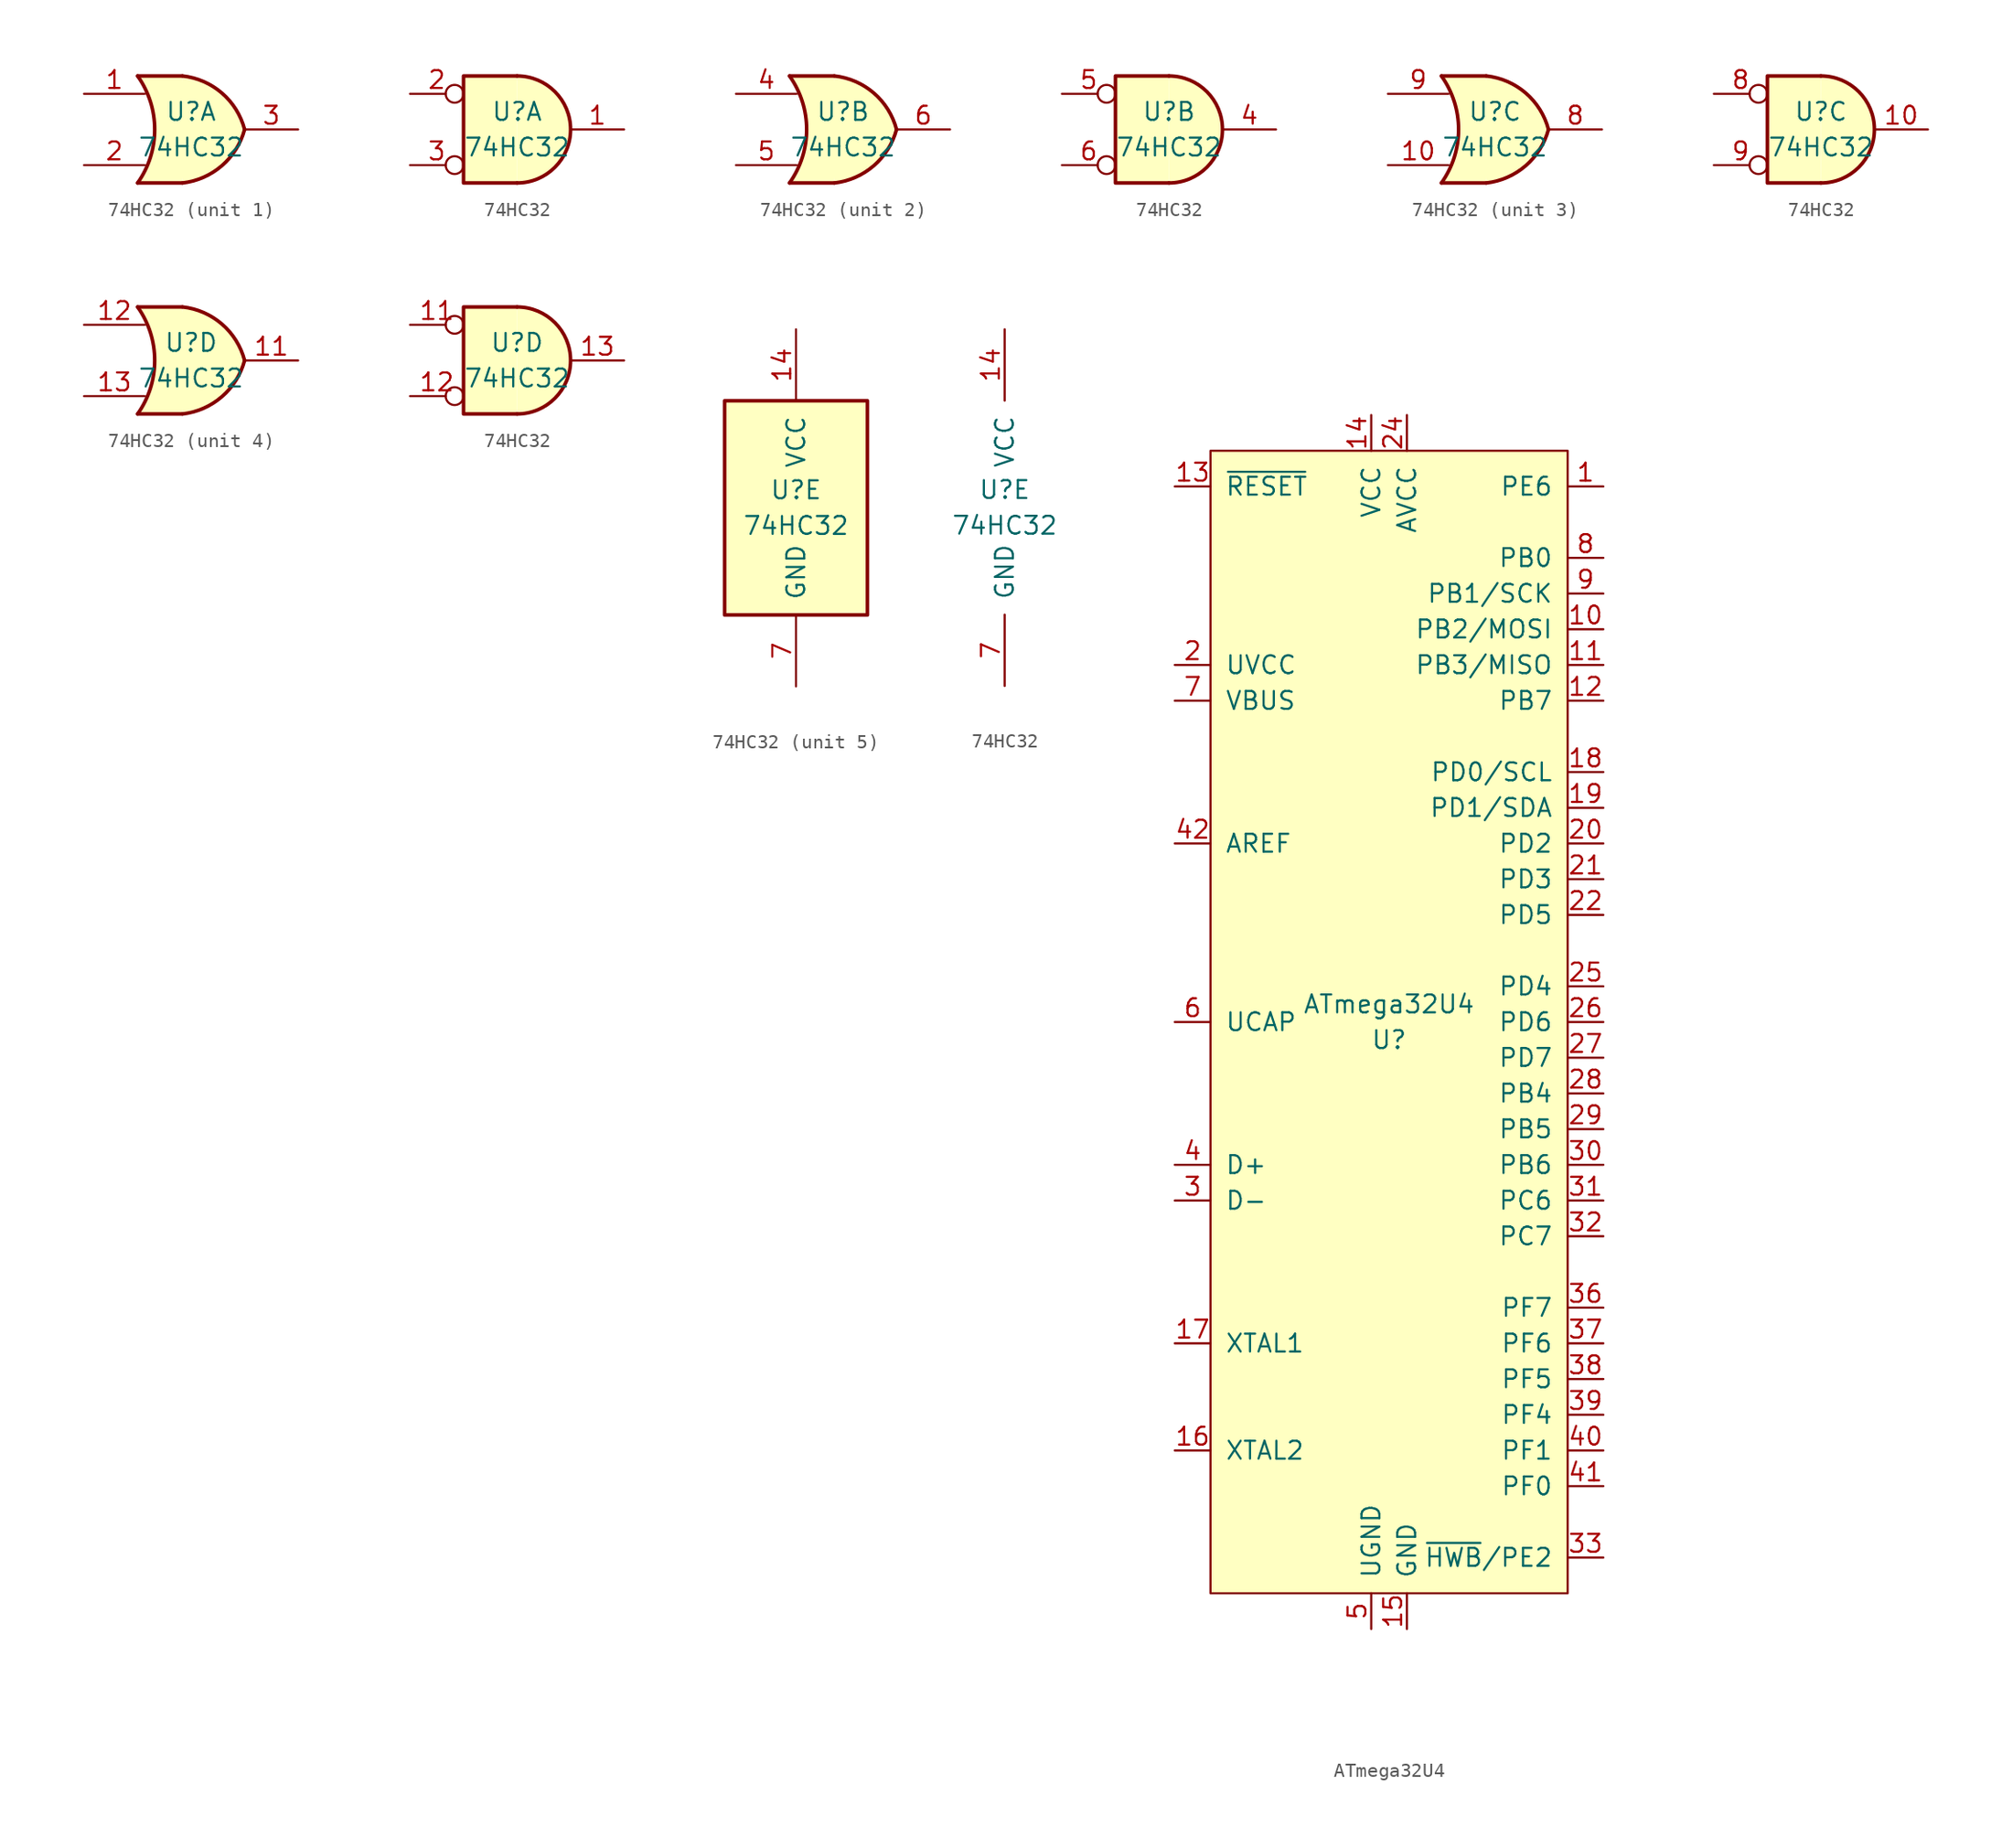
<source format=kicad_sym>
(kicad_symbol_lib
  (version 20231120)
  (generator "kicad_symbol_editor")
  (generator_version "8.0")
  (symbol "74HC32"
    (pin_names
      (offset 1.016))
    (property "Reference" "U"
      (at 0 1.27 0)
      (effects (font (size 1.27 1.27))))
    (property "Value" "74HC32"
      (at 0 -1.27 0)
      (effects (font (size 1.27 1.27))))
    (property "ki_locked" ""
      (at 0 0 0)
      (effects (font (size 1.27 1.27))))
    (symbol "74HC32_1_1"
      (arc (start -3.81 -3.81) (mid -2.589 0) (end -3.81 3.81) (stroke (width 0.254) (type solid)) (fill (type none)))
      (arc (start -0.6096 -3.81) (mid 2.1842 -2.5851) (end 3.81 0) (stroke (width 0.254) (type solid)) (fill (type background)))
      (polyline (pts (xy -3.81 -3.81) (xy -0.635 -3.81)) (stroke (width 0.254) (type solid)) (fill (type background)))
      (polyline (pts (xy -3.81 3.81) (xy -0.635 3.81)) (stroke (width 0.254) (type solid)) (fill (type background)))
      (polyline (pts (xy -0.635 3.81) (xy -3.81 3.81) (xy -3.81 3.81) (xy -3.556 3.404) (xy -3.023 2.261) (xy -2.692 1.041) (xy -2.616 -0.254) (xy -2.769 -1.499) (xy -3.175 -2.718) (xy -3.81 -3.81) (xy -3.81 -3.81) (xy -0.635 -3.81)) (stroke (width -25.4) (type solid)) (fill (type background)))
      (arc (start 3.81 0) (mid 2.1915 2.5936) (end -0.6096 3.81) (stroke (width 0.254) (type solid)) (fill (type background)))
      (pin input line (at -7.62 2.54 0) (length 4.318) (name "~" (effects (font (size 1.27 1.27)))) (number "1" (effects (font (size 1.27 1.27)))))
      (pin input line (at -7.62 -2.54 0) (length 4.318) (name "~" (effects (font (size 1.27 1.27)))) (number "2" (effects (font (size 1.27 1.27)))))
      (pin output line (at 7.62 0 180) (length 3.81) (name "~" (effects (font (size 1.27 1.27)))) (number "3" (effects (font (size 1.27 1.27))))))
    (symbol "74HC32_1_2"
      (arc (start 0 -3.81) (mid 3.81 0) (end 0 3.81) (stroke (width 0.254) (type solid)) (fill (type background)))
      (polyline (pts (xy 0 3.81) (xy -3.81 3.81) (xy -3.81 -3.81) (xy 0 -3.81)) (stroke (width 0.254) (type solid)) (fill (type background)))
      (pin output line (at 7.62 0 180) (length 3.81) (name "~" (effects (font (size 1.27 1.27)))) (number "1" (effects (font (size 1.27 1.27)))))
      (pin input inverted (at -7.62 2.54 0) (length 3.81) (name "~" (effects (font (size 1.27 1.27)))) (number "2" (effects (font (size 1.27 1.27)))))
      (pin input inverted (at -7.62 -2.54 0) (length 3.81) (name "~" (effects (font (size 1.27 1.27)))) (number "3" (effects (font (size 1.27 1.27))))))
    (symbol "74HC32_2_1"
      (arc (start -3.81 -3.81) (mid -2.589 0) (end -3.81 3.81) (stroke (width 0.254) (type solid)) (fill (type none)))
      (arc (start -0.6096 -3.81) (mid 2.1842 -2.5851) (end 3.81 0) (stroke (width 0.254) (type solid)) (fill (type background)))
      (polyline (pts (xy -3.81 -3.81) (xy -0.635 -3.81)) (stroke (width 0.254) (type solid)) (fill (type background)))
      (polyline (pts (xy -3.81 3.81) (xy -0.635 3.81)) (stroke (width 0.254) (type solid)) (fill (type background)))
      (polyline (pts (xy -0.635 3.81) (xy -3.81 3.81) (xy -3.81 3.81) (xy -3.556 3.404) (xy -3.023 2.261) (xy -2.692 1.041) (xy -2.616 -0.254) (xy -2.769 -1.499) (xy -3.175 -2.718) (xy -3.81 -3.81) (xy -3.81 -3.81) (xy -0.635 -3.81)) (stroke (width -25.4) (type solid)) (fill (type background)))
      (arc (start 3.81 0) (mid 2.1915 2.5936) (end -0.6096 3.81) (stroke (width 0.254) (type solid)) (fill (type background)))
      (pin input line (at -7.62 2.54 0) (length 4.318) (name "~" (effects (font (size 1.27 1.27)))) (number "4" (effects (font (size 1.27 1.27)))))
      (pin input line (at -7.62 -2.54 0) (length 4.318) (name "~" (effects (font (size 1.27 1.27)))) (number "5" (effects (font (size 1.27 1.27)))))
      (pin output line (at 7.62 0 180) (length 3.81) (name "~" (effects (font (size 1.27 1.27)))) (number "6" (effects (font (size 1.27 1.27))))))
    (symbol "74HC32_2_2"
      (arc (start 0 -3.81) (mid 3.81 0) (end 0 3.81) (stroke (width 0.254) (type solid)) (fill (type background)))
      (polyline (pts (xy 0 3.81) (xy -3.81 3.81) (xy -3.81 -3.81) (xy 0 -3.81)) (stroke (width 0.254) (type solid)) (fill (type background)))
      (pin output line (at 7.62 0 180) (length 3.81) (name "~" (effects (font (size 1.27 1.27)))) (number "4" (effects (font (size 1.27 1.27)))))
      (pin input inverted (at -7.62 2.54 0) (length 3.81) (name "~" (effects (font (size 1.27 1.27)))) (number "5" (effects (font (size 1.27 1.27)))))
      (pin input inverted (at -7.62 -2.54 0) (length 3.81) (name "~" (effects (font (size 1.27 1.27)))) (number "6" (effects (font (size 1.27 1.27))))))
    (symbol "74HC32_3_1"
      (arc (start -3.81 -3.81) (mid -2.589 0) (end -3.81 3.81) (stroke (width 0.254) (type solid)) (fill (type none)))
      (arc (start -0.6096 -3.81) (mid 2.1842 -2.5851) (end 3.81 0) (stroke (width 0.254) (type solid)) (fill (type background)))
      (polyline (pts (xy -3.81 -3.81) (xy -0.635 -3.81)) (stroke (width 0.254) (type solid)) (fill (type background)))
      (polyline (pts (xy -3.81 3.81) (xy -0.635 3.81)) (stroke (width 0.254) (type solid)) (fill (type background)))
      (polyline (pts (xy -0.635 3.81) (xy -3.81 3.81) (xy -3.81 3.81) (xy -3.556 3.404) (xy -3.023 2.261) (xy -2.692 1.041) (xy -2.616 -0.254) (xy -2.769 -1.499) (xy -3.175 -2.718) (xy -3.81 -3.81) (xy -3.81 -3.81) (xy -0.635 -3.81)) (stroke (width -25.4) (type solid)) (fill (type background)))
      (arc (start 3.81 0) (mid 2.1915 2.5936) (end -0.6096 3.81) (stroke (width 0.254) (type solid)) (fill (type background)))
      (pin input line (at -7.62 -2.54 0) (length 4.318) (name "~" (effects (font (size 1.27 1.27)))) (number "10" (effects (font (size 1.27 1.27)))))
      (pin output line (at 7.62 0 180) (length 3.81) (name "~" (effects (font (size 1.27 1.27)))) (number "8" (effects (font (size 1.27 1.27)))))
      (pin input line (at -7.62 2.54 0) (length 4.318) (name "~" (effects (font (size 1.27 1.27)))) (number "9" (effects (font (size 1.27 1.27))))))
    (symbol "74HC32_3_2"
      (arc (start 0 -3.81) (mid 3.81 0) (end 0 3.81) (stroke (width 0.254) (type solid)) (fill (type background)))
      (polyline (pts (xy 0 3.81) (xy -3.81 3.81) (xy -3.81 -3.81) (xy 0 -3.81)) (stroke (width 0.254) (type solid)) (fill (type background)))
      (pin output line (at 7.62 0 180) (length 3.81) (name "~" (effects (font (size 1.27 1.27)))) (number "10" (effects (font (size 1.27 1.27)))))
      (pin input inverted (at -7.62 2.54 0) (length 3.81) (name "~" (effects (font (size 1.27 1.27)))) (number "8" (effects (font (size 1.27 1.27)))))
      (pin input inverted (at -7.62 -2.54 0) (length 3.81) (name "~" (effects (font (size 1.27 1.27)))) (number "9" (effects (font (size 1.27 1.27))))))
    (symbol "74HC32_4_1"
      (arc (start -3.81 -3.81) (mid -2.589 0) (end -3.81 3.81) (stroke (width 0.254) (type solid)) (fill (type none)))
      (arc (start -0.6096 -3.81) (mid 2.1842 -2.5851) (end 3.81 0) (stroke (width 0.254) (type solid)) (fill (type background)))
      (polyline (pts (xy -3.81 -3.81) (xy -0.635 -3.81)) (stroke (width 0.254) (type solid)) (fill (type background)))
      (polyline (pts (xy -3.81 3.81) (xy -0.635 3.81)) (stroke (width 0.254) (type solid)) (fill (type background)))
      (polyline (pts (xy -0.635 3.81) (xy -3.81 3.81) (xy -3.81 3.81) (xy -3.556 3.404) (xy -3.023 2.261) (xy -2.692 1.041) (xy -2.616 -0.254) (xy -2.769 -1.499) (xy -3.175 -2.718) (xy -3.81 -3.81) (xy -3.81 -3.81) (xy -0.635 -3.81)) (stroke (width -25.4) (type solid)) (fill (type background)))
      (arc (start 3.81 0) (mid 2.1915 2.5936) (end -0.6096 3.81) (stroke (width 0.254) (type solid)) (fill (type background)))
      (pin output line (at 7.62 0 180) (length 3.81) (name "~" (effects (font (size 1.27 1.27)))) (number "11" (effects (font (size 1.27 1.27)))))
      (pin input line (at -7.62 2.54 0) (length 4.318) (name "~" (effects (font (size 1.27 1.27)))) (number "12" (effects (font (size 1.27 1.27)))))
      (pin input line (at -7.62 -2.54 0) (length 4.318) (name "~" (effects (font (size 1.27 1.27)))) (number "13" (effects (font (size 1.27 1.27))))))
    (symbol "74HC32_4_2"
      (arc (start 0 -3.81) (mid 3.81 0) (end 0 3.81) (stroke (width 0.254) (type solid)) (fill (type background)))
      (polyline (pts (xy 0 3.81) (xy -3.81 3.81) (xy -3.81 -3.81) (xy 0 -3.81)) (stroke (width 0.254) (type solid)) (fill (type background)))
      (pin input inverted (at -7.62 2.54 0) (length 3.81) (name "~" (effects (font (size 1.27 1.27)))) (number "11" (effects (font (size 1.27 1.27)))))
      (pin input inverted (at -7.62 -2.54 0) (length 3.81) (name "~" (effects (font (size 1.27 1.27)))) (number "12" (effects (font (size 1.27 1.27)))))
      (pin output line (at 7.62 0 180) (length 3.81) (name "~" (effects (font (size 1.27 1.27)))) (number "13" (effects (font (size 1.27 1.27))))))
    (symbol "74HC32_5_0"
      (pin power_in line (at 0 12.7 270) (length 5.08) (name "VCC" (effects (font (size 1.27 1.27)))) (number "14" (effects (font (size 1.27 1.27)))))
      (pin power_in line (at 0 -12.7 90) (length 5.08) (name "GND" (effects (font (size 1.27 1.27)))) (number "7" (effects (font (size 1.27 1.27))))))
    (symbol "74HC32_5_1"
      (rectangle (start -5.08 7.62) (end 5.08 -7.62) (stroke (width 0.254) (type solid)) (fill (type background)))))
  (symbol "ATmega32U4"
    (pin_names
      (offset 1.016))
    (property "Reference" "U"
      (at 0 -1.27 0)
      (effects (font (size 1.27 1.27))))
    (property "Value" "ATmega32U4"
      (at 0 1.27 0)
      (effects (font (size 1.27 1.27))))
    (symbol "ATmega32U4_0_1"
      (rectangle (start -12.7 40.64) (end 12.7 -40.64) (stroke (width 0) (type solid)) (fill (type background))))
    (symbol "ATmega32U4_1_1"
      (pin bidirectional line (at 15.24 38.1 180) (length 2.54) (name "PE6" (effects (font (size 1.27 1.27)))) (number "1" (effects (font (size 1.27 1.27)))))
      (pin bidirectional line (at 15.24 27.94 180) (length 2.54) (name "PB2/MOSI" (effects (font (size 1.27 1.27)))) (number "10" (effects (font (size 1.27 1.27)))))
      (pin bidirectional line (at 15.24 25.4 180) (length 2.54) (name "PB3/MISO" (effects (font (size 1.27 1.27)))) (number "11" (effects (font (size 1.27 1.27)))))
      (pin bidirectional line (at 15.24 22.86 180) (length 2.54) (name "PB7" (effects (font (size 1.27 1.27)))) (number "12" (effects (font (size 1.27 1.27)))))
      (pin input line (at -15.24 38.1 0) (length 2.54) (name "~{RESET}" (effects (font (size 1.27 1.27)))) (number "13" (effects (font (size 1.27 1.27)))))
      (pin power_in line (at -1.27 43.18 270) (length 2.54) (name "VCC" (effects (font (size 1.27 1.27)))) (number "14" (effects (font (size 1.27 1.27)))))
      (pin power_in line (at 1.27 -43.18 90) (length 2.54) (name "GND" (effects (font (size 1.27 1.27)))) (number "15" (effects (font (size 1.27 1.27)))))
      (pin output line (at -15.24 -30.48 0) (length 2.54) (name "XTAL2" (effects (font (size 1.27 1.27)))) (number "16" (effects (font (size 1.27 1.27)))))
      (pin input line (at -15.24 -22.86 0) (length 2.54) (name "XTAL1" (effects (font (size 1.27 1.27)))) (number "17" (effects (font (size 1.27 1.27)))))
      (pin bidirectional line (at 15.24 17.78 180) (length 2.54) (name "PD0/SCL" (effects (font (size 1.27 1.27)))) (number "18" (effects (font (size 1.27 1.27)))))
      (pin bidirectional line (at 15.24 15.24 180) (length 2.54) (name "PD1/SDA" (effects (font (size 1.27 1.27)))) (number "19" (effects (font (size 1.27 1.27)))))
      (pin power_in line (at -15.24 25.4 0) (length 2.54) (name "UVCC" (effects (font (size 1.27 1.27)))) (number "2" (effects (font (size 1.27 1.27)))))
      (pin bidirectional line (at 15.24 12.7 180) (length 2.54) (name "PD2" (effects (font (size 1.27 1.27)))) (number "20" (effects (font (size 1.27 1.27)))))
      (pin bidirectional line (at 15.24 10.16 180) (length 2.54) (name "PD3" (effects (font (size 1.27 1.27)))) (number "21" (effects (font (size 1.27 1.27)))))
      (pin bidirectional line (at 15.24 7.62 180) (length 2.54) (name "PD5" (effects (font (size 1.27 1.27)))) (number "22" (effects (font (size 1.27 1.27)))))
      (pin passive line (at 1.27 -43.18 90) (length 2.54) hide (name "GND" (effects (font (size 1.27 1.27)))) (number "23" (effects (font (size 1.27 1.27)))))
      (pin power_in line (at 1.27 43.18 270) (length 2.54) (name "AVCC" (effects (font (size 1.27 1.27)))) (number "24" (effects (font (size 1.27 1.27)))))
      (pin bidirectional line (at 15.24 2.54 180) (length 2.54) (name "PD4" (effects (font (size 1.27 1.27)))) (number "25" (effects (font (size 1.27 1.27)))))
      (pin bidirectional line (at 15.24 0 180) (length 2.54) (name "PD6" (effects (font (size 1.27 1.27)))) (number "26" (effects (font (size 1.27 1.27)))))
      (pin bidirectional line (at 15.24 -2.54 180) (length 2.54) (name "PD7" (effects (font (size 1.27 1.27)))) (number "27" (effects (font (size 1.27 1.27)))))
      (pin bidirectional line (at 15.24 -5.08 180) (length 2.54) (name "PB4" (effects (font (size 1.27 1.27)))) (number "28" (effects (font (size 1.27 1.27)))))
      (pin bidirectional line (at 15.24 -7.62 180) (length 2.54) (name "PB5" (effects (font (size 1.27 1.27)))) (number "29" (effects (font (size 1.27 1.27)))))
      (pin bidirectional line (at -15.24 -12.7 0) (length 2.54) (name "D-" (effects (font (size 1.27 1.27)))) (number "3" (effects (font (size 1.27 1.27)))))
      (pin bidirectional line (at 15.24 -10.16 180) (length 2.54) (name "PB6" (effects (font (size 1.27 1.27)))) (number "30" (effects (font (size 1.27 1.27)))))
      (pin bidirectional line (at 15.24 -12.7 180) (length 2.54) (name "PC6" (effects (font (size 1.27 1.27)))) (number "31" (effects (font (size 1.27 1.27)))))
      (pin bidirectional line (at 15.24 -15.24 180) (length 2.54) (name "PC7" (effects (font (size 1.27 1.27)))) (number "32" (effects (font (size 1.27 1.27)))))
      (pin bidirectional line (at 15.24 -38.1 180) (length 2.54) (name "~{HWB}/PE2" (effects (font (size 1.27 1.27)))) (number "33" (effects (font (size 1.27 1.27)))))
      (pin passive line (at -1.27 43.18 270) (length 2.54) hide (name "VCC" (effects (font (size 1.27 1.27)))) (number "34" (effects (font (size 1.27 1.27)))))
      (pin passive line (at 1.27 -43.18 90) (length 2.54) hide (name "GND" (effects (font (size 1.27 1.27)))) (number "35" (effects (font (size 1.27 1.27)))))
      (pin bidirectional line (at 15.24 -20.32 180) (length 2.54) (name "PF7" (effects (font (size 1.27 1.27)))) (number "36" (effects (font (size 1.27 1.27)))))
      (pin bidirectional line (at 15.24 -22.86 180) (length 2.54) (name "PF6" (effects (font (size 1.27 1.27)))) (number "37" (effects (font (size 1.27 1.27)))))
      (pin bidirectional line (at 15.24 -25.4 180) (length 2.54) (name "PF5" (effects (font (size 1.27 1.27)))) (number "38" (effects (font (size 1.27 1.27)))))
      (pin bidirectional line (at 15.24 -27.94 180) (length 2.54) (name "PF4" (effects (font (size 1.27 1.27)))) (number "39" (effects (font (size 1.27 1.27)))))
      (pin bidirectional line (at -15.24 -10.16 0) (length 2.54) (name "D+" (effects (font (size 1.27 1.27)))) (number "4" (effects (font (size 1.27 1.27)))))
      (pin bidirectional line (at 15.24 -30.48 180) (length 2.54) (name "PF1" (effects (font (size 1.27 1.27)))) (number "40" (effects (font (size 1.27 1.27)))))
      (pin bidirectional line (at 15.24 -33.02 180) (length 2.54) (name "PF0" (effects (font (size 1.27 1.27)))) (number "41" (effects (font (size 1.27 1.27)))))
      (pin passive line (at -15.24 12.7 0) (length 2.54) (name "AREF" (effects (font (size 1.27 1.27)))) (number "42" (effects (font (size 1.27 1.27)))))
      (pin passive line (at 1.27 -43.18 90) (length 2.54) hide (name "GND" (effects (font (size 1.27 1.27)))) (number "43" (effects (font (size 1.27 1.27)))))
      (pin passive line (at 1.27 43.18 270) (length 2.54) hide (name "AVCC" (effects (font (size 1.27 1.27)))) (number "44" (effects (font (size 1.27 1.27)))))
      (pin passive line (at -1.27 -43.18 90) (length 2.54) (name "UGND" (effects (font (size 1.27 1.27)))) (number "5" (effects (font (size 1.27 1.27)))))
      (pin passive line (at -15.24 0 0) (length 2.54) (name "UCAP" (effects (font (size 1.27 1.27)))) (number "6" (effects (font (size 1.27 1.27)))))
      (pin input line (at -15.24 22.86 0) (length 2.54) (name "VBUS" (effects (font (size 1.27 1.27)))) (number "7" (effects (font (size 1.27 1.27)))))
      (pin bidirectional line (at 15.24 33.02 180) (length 2.54) (name "PB0" (effects (font (size 1.27 1.27)))) (number "8" (effects (font (size 1.27 1.27)))))
      (pin bidirectional line (at 15.24 30.48 180) (length 2.54) (name "PB1/SCK" (effects (font (size 1.27 1.27)))) (number "9" (effects (font (size 1.27 1.27))))))))
</source>
